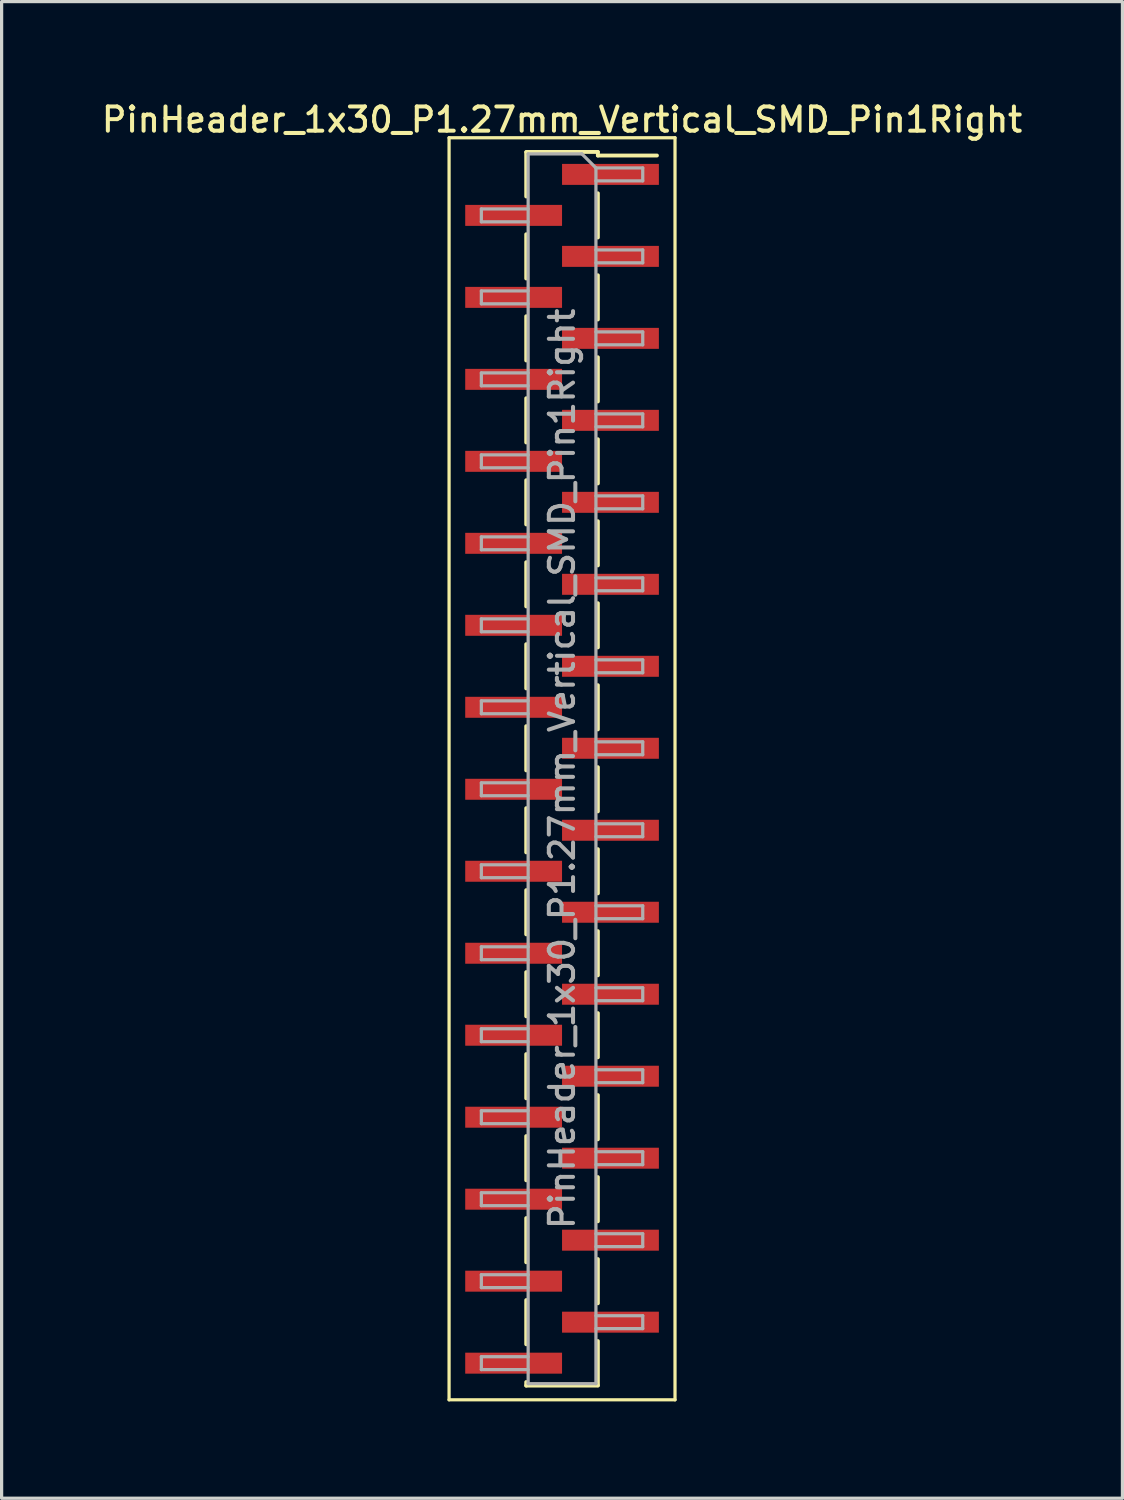
<source format=kicad_pcb>
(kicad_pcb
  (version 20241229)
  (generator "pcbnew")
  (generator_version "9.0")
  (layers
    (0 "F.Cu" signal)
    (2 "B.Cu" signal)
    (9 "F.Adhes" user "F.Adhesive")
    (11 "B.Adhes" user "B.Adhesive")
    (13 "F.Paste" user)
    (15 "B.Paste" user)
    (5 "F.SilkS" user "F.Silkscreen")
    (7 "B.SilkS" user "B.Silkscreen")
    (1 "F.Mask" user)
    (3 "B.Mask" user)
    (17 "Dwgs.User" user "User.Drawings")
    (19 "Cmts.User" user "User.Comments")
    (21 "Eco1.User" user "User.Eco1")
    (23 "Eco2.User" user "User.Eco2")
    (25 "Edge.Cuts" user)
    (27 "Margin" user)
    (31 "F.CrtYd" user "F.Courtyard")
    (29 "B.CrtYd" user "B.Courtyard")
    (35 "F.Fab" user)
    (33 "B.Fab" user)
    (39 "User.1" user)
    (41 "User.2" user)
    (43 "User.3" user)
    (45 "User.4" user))
  (footprint "PinHeader_1x30_P1.27mm_Vertical_SMD_Pin1Right"
    (layer "F.Cu")
    (at 14.363 20.768)
    (property "Reference" "PinHeader_1x30_P1.27mm_Vertical_SMD_Pin1Right" (at 0 -20.11 0) (layer "F.SilkS") (effects (font (size 0.75 0.75) (thickness 0.125))))
    (attr smd)
    (fp_line (start -3.5 -19.55) (end -3.5 19.55) (stroke (width 0.1) (type solid)) (layer "F.SilkS"))
    (fp_line (start -3.5 19.55) (end 3.5 19.55) (stroke (width 0.1) (type solid)) (layer "F.SilkS"))
    (fp_line (start -1.11 -19.11) (end 1.11 -19.11) (stroke (width 0.12) (type solid)) (layer "F.SilkS"))
    (fp_line (start -1.11 -19.1) (end -1.11 -17.73) (stroke (width 0.12) (type solid)) (layer "F.SilkS"))
    (fp_line (start -1.11 -16.56) (end -1.11 -15.19) (stroke (width 0.12) (type solid)) (layer "F.SilkS"))
    (fp_line (start -1.11 -14.02) (end -1.11 -12.65) (stroke (width 0.12) (type solid)) (layer "F.SilkS"))
    (fp_line (start -1.11 -11.48) (end -1.11 -10.11) (stroke (width 0.12) (type solid)) (layer "F.SilkS"))
    (fp_line (start -1.11 -8.94) (end -1.11 -7.57) (stroke (width 0.12) (type solid)) (layer "F.SilkS"))
    (fp_line (start -1.11 -6.4) (end -1.11 -5.03) (stroke (width 0.12) (type solid)) (layer "F.SilkS"))
    (fp_line (start -1.11 -3.86) (end -1.11 -2.49) (stroke (width 0.12) (type solid)) (layer "F.SilkS"))
    (fp_line (start -1.11 -1.32) (end -1.11 0.05) (stroke (width 0.12) (type solid)) (layer "F.SilkS"))
    (fp_line (start -1.11 1.22) (end -1.11 2.59) (stroke (width 0.12) (type solid)) (layer "F.SilkS"))
    (fp_line (start -1.11 3.76) (end -1.11 5.13) (stroke (width 0.12) (type solid)) (layer "F.SilkS"))
    (fp_line (start -1.11 6.3) (end -1.11 7.67) (stroke (width 0.12) (type solid)) (layer "F.SilkS"))
    (fp_line (start -1.11 8.84) (end -1.11 10.21) (stroke (width 0.12) (type solid)) (layer "F.SilkS"))
    (fp_line (start -1.11 11.38) (end -1.11 12.75) (stroke (width 0.12) (type solid)) (layer "F.SilkS"))
    (fp_line (start -1.11 13.92) (end -1.11 15.29) (stroke (width 0.12) (type solid)) (layer "F.SilkS"))
    (fp_line (start -1.11 16.46) (end -1.11 17.83) (stroke (width 0.12) (type solid)) (layer "F.SilkS"))
    (fp_line (start -1.11 19) (end -1.11 19.11) (stroke (width 0.12) (type solid)) (layer "F.SilkS"))
    (fp_line (start -1.11 19.11) (end 1.11 19.11) (stroke (width 0.12) (type solid)) (layer "F.SilkS"))
    (fp_line (start 1.11 -19.11) (end 1.11 -19) (stroke (width 0.12) (type solid)) (layer "F.SilkS"))
    (fp_line (start 1.11 -19) (end 2.94 -19) (stroke (width 0.12) (type solid)) (layer "F.SilkS"))
    (fp_line (start 1.11 -17.83) (end 1.11 -16.46) (stroke (width 0.12) (type solid)) (layer "F.SilkS"))
    (fp_line (start 1.11 -15.29) (end 1.11 -13.92) (stroke (width 0.12) (type solid)) (layer "F.SilkS"))
    (fp_line (start 1.11 -12.75) (end 1.11 -11.38) (stroke (width 0.12) (type solid)) (layer "F.SilkS"))
    (fp_line (start 1.11 -10.21) (end 1.11 -8.84) (stroke (width 0.12) (type solid)) (layer "F.SilkS"))
    (fp_line (start 1.11 -7.67) (end 1.11 -6.3) (stroke (width 0.12) (type solid)) (layer "F.SilkS"))
    (fp_line (start 1.11 -5.13) (end 1.11 -3.76) (stroke (width 0.12) (type solid)) (layer "F.SilkS"))
    (fp_line (start 1.11 -2.59) (end 1.11 -1.22) (stroke (width 0.12) (type solid)) (layer "F.SilkS"))
    (fp_line (start 1.11 -0.05) (end 1.11 1.32) (stroke (width 0.12) (type solid)) (layer "F.SilkS"))
    (fp_line (start 1.11 2.49) (end 1.11 3.86) (stroke (width 0.12) (type solid)) (layer "F.SilkS"))
    (fp_line (start 1.11 5.03) (end 1.11 6.4) (stroke (width 0.12) (type solid)) (layer "F.SilkS"))
    (fp_line (start 1.11 7.57) (end 1.11 8.94) (stroke (width 0.12) (type solid)) (layer "F.SilkS"))
    (fp_line (start 1.11 10.11) (end 1.11 11.48) (stroke (width 0.12) (type solid)) (layer "F.SilkS"))
    (fp_line (start 1.11 12.65) (end 1.11 14.02) (stroke (width 0.12) (type solid)) (layer "F.SilkS"))
    (fp_line (start 1.11 15.19) (end 1.11 16.56) (stroke (width 0.12) (type solid)) (layer "F.SilkS"))
    (fp_line (start 1.11 17.73) (end 1.11 19.1) (stroke (width 0.12) (type solid)) (layer "F.SilkS"))
    (fp_line (start 3.5 -19.55) (end -3.5 -19.55) (stroke (width 0.1) (type solid)) (layer "F.SilkS"))
    (fp_line (start 3.5 19.55) (end 3.5 -19.55) (stroke (width 0.1) (type solid)) (layer "F.SilkS"))
    (fp_line (start -2.5 -17.345) (end -2.5 -16.945) (stroke (width 0.1) (type solid)) (layer "F.Fab"))
    (fp_line (start -2.5 -16.945) (end -1.05 -16.945) (stroke (width 0.1) (type solid)) (layer "F.Fab"))
    (fp_line (start -2.5 -14.805) (end -2.5 -14.405) (stroke (width 0.1) (type solid)) (layer "F.Fab"))
    (fp_line (start -2.5 -14.405) (end -1.05 -14.405) (stroke (width 0.1) (type solid)) (layer "F.Fab"))
    (fp_line (start -2.5 -12.265) (end -2.5 -11.865) (stroke (width 0.1) (type solid)) (layer "F.Fab"))
    (fp_line (start -2.5 -11.865) (end -1.05 -11.865) (stroke (width 0.1) (type solid)) (layer "F.Fab"))
    (fp_line (start -2.5 -9.725) (end -2.5 -9.325) (stroke (width 0.1) (type solid)) (layer "F.Fab"))
    (fp_line (start -2.5 -9.325) (end -1.05 -9.325) (stroke (width 0.1) (type solid)) (layer "F.Fab"))
    (fp_line (start -2.5 -7.185) (end -2.5 -6.785) (stroke (width 0.1) (type solid)) (layer "F.Fab"))
    (fp_line (start -2.5 -6.785) (end -1.05 -6.785) (stroke (width 0.1) (type solid)) (layer "F.Fab"))
    (fp_line (start -2.5 -4.645) (end -2.5 -4.245) (stroke (width 0.1) (type solid)) (layer "F.Fab"))
    (fp_line (start -2.5 -4.245) (end -1.05 -4.245) (stroke (width 0.1) (type solid)) (layer "F.Fab"))
    (fp_line (start -2.5 -2.105) (end -2.5 -1.705) (stroke (width 0.1) (type solid)) (layer "F.Fab"))
    (fp_line (start -2.5 -1.705) (end -1.05 -1.705) (stroke (width 0.1) (type solid)) (layer "F.Fab"))
    (fp_line (start -2.5 0.435) (end -2.5 0.835) (stroke (width 0.1) (type solid)) (layer "F.Fab"))
    (fp_line (start -2.5 0.835) (end -1.05 0.835) (stroke (width 0.1) (type solid)) (layer "F.Fab"))
    (fp_line (start -2.5 2.975) (end -2.5 3.375) (stroke (width 0.1) (type solid)) (layer "F.Fab"))
    (fp_line (start -2.5 3.375) (end -1.05 3.375) (stroke (width 0.1) (type solid)) (layer "F.Fab"))
    (fp_line (start -2.5 5.515) (end -2.5 5.915) (stroke (width 0.1) (type solid)) (layer "F.Fab"))
    (fp_line (start -2.5 5.915) (end -1.05 5.915) (stroke (width 0.1) (type solid)) (layer "F.Fab"))
    (fp_line (start -2.5 8.055) (end -2.5 8.455) (stroke (width 0.1) (type solid)) (layer "F.Fab"))
    (fp_line (start -2.5 8.455) (end -1.05 8.455) (stroke (width 0.1) (type solid)) (layer "F.Fab"))
    (fp_line (start -2.5 10.595) (end -2.5 10.995) (stroke (width 0.1) (type solid)) (layer "F.Fab"))
    (fp_line (start -2.5 10.995) (end -1.05 10.995) (stroke (width 0.1) (type solid)) (layer "F.Fab"))
    (fp_line (start -2.5 13.135) (end -2.5 13.535) (stroke (width 0.1) (type solid)) (layer "F.Fab"))
    (fp_line (start -2.5 13.535) (end -1.05 13.535) (stroke (width 0.1) (type solid)) (layer "F.Fab"))
    (fp_line (start -2.5 15.675) (end -2.5 16.075) (stroke (width 0.1) (type solid)) (layer "F.Fab"))
    (fp_line (start -2.5 16.075) (end -1.05 16.075) (stroke (width 0.1) (type solid)) (layer "F.Fab"))
    (fp_line (start -2.5 18.215) (end -2.5 18.615) (stroke (width 0.1) (type solid)) (layer "F.Fab"))
    (fp_line (start -2.5 18.615) (end -1.05 18.615) (stroke (width 0.1) (type solid)) (layer "F.Fab"))
    (fp_line (start -1.05 -19.05) (end -1.05 19.05) (stroke (width 0.1) (type solid)) (layer "F.Fab"))
    (fp_line (start -1.05 -19.05) (end 0.615 -19.05) (stroke (width 0.1) (type solid)) (layer "F.Fab"))
    (fp_line (start -1.05 -17.345) (end -2.5 -17.345) (stroke (width 0.1) (type solid)) (layer "F.Fab"))
    (fp_line (start -1.05 -14.805) (end -2.5 -14.805) (stroke (width 0.1) (type solid)) (layer "F.Fab"))
    (fp_line (start -1.05 -12.265) (end -2.5 -12.265) (stroke (width 0.1) (type solid)) (layer "F.Fab"))
    (fp_line (start -1.05 -9.725) (end -2.5 -9.725) (stroke (width 0.1) (type solid)) (layer "F.Fab"))
    (fp_line (start -1.05 -7.185) (end -2.5 -7.185) (stroke (width 0.1) (type solid)) (layer "F.Fab"))
    (fp_line (start -1.05 -4.645) (end -2.5 -4.645) (stroke (width 0.1) (type solid)) (layer "F.Fab"))
    (fp_line (start -1.05 -2.105) (end -2.5 -2.105) (stroke (width 0.1) (type solid)) (layer "F.Fab"))
    (fp_line (start -1.05 0.435) (end -2.5 0.435) (stroke (width 0.1) (type solid)) (layer "F.Fab"))
    (fp_line (start -1.05 2.975) (end -2.5 2.975) (stroke (width 0.1) (type solid)) (layer "F.Fab"))
    (fp_line (start -1.05 5.515) (end -2.5 5.515) (stroke (width 0.1) (type solid)) (layer "F.Fab"))
    (fp_line (start -1.05 8.055) (end -2.5 8.055) (stroke (width 0.1) (type solid)) (layer "F.Fab"))
    (fp_line (start -1.05 10.595) (end -2.5 10.595) (stroke (width 0.1) (type solid)) (layer "F.Fab"))
    (fp_line (start -1.05 13.135) (end -2.5 13.135) (stroke (width 0.1) (type solid)) (layer "F.Fab"))
    (fp_line (start -1.05 15.675) (end -2.5 15.675) (stroke (width 0.1) (type solid)) (layer "F.Fab"))
    (fp_line (start -1.05 18.215) (end -2.5 18.215) (stroke (width 0.1) (type solid)) (layer "F.Fab"))
    (fp_line (start 1.05 -18.615) (end 0.615 -19.05) (stroke (width 0.1) (type solid)) (layer "F.Fab"))
    (fp_line (start 1.05 -18.615) (end 2.5 -18.615) (stroke (width 0.1) (type solid)) (layer "F.Fab"))
    (fp_line (start 1.05 -16.075) (end 2.5 -16.075) (stroke (width 0.1) (type solid)) (layer "F.Fab"))
    (fp_line (start 1.05 -13.535) (end 2.5 -13.535) (stroke (width 0.1) (type solid)) (layer "F.Fab"))
    (fp_line (start 1.05 -10.995) (end 2.5 -10.995) (stroke (width 0.1) (type solid)) (layer "F.Fab"))
    (fp_line (start 1.05 -8.455) (end 2.5 -8.455) (stroke (width 0.1) (type solid)) (layer "F.Fab"))
    (fp_line (start 1.05 -5.915) (end 2.5 -5.915) (stroke (width 0.1) (type solid)) (layer "F.Fab"))
    (fp_line (start 1.05 -3.375) (end 2.5 -3.375) (stroke (width 0.1) (type solid)) (layer "F.Fab"))
    (fp_line (start 1.05 -0.835) (end 2.5 -0.835) (stroke (width 0.1) (type solid)) (layer "F.Fab"))
    (fp_line (start 1.05 1.705) (end 2.5 1.705) (stroke (width 0.1) (type solid)) (layer "F.Fab"))
    (fp_line (start 1.05 4.245) (end 2.5 4.245) (stroke (width 0.1) (type solid)) (layer "F.Fab"))
    (fp_line (start 1.05 6.785) (end 2.5 6.785) (stroke (width 0.1) (type solid)) (layer "F.Fab"))
    (fp_line (start 1.05 9.325) (end 2.5 9.325) (stroke (width 0.1) (type solid)) (layer "F.Fab"))
    (fp_line (start 1.05 11.865) (end 2.5 11.865) (stroke (width 0.1) (type solid)) (layer "F.Fab"))
    (fp_line (start 1.05 14.405) (end 2.5 14.405) (stroke (width 0.1) (type solid)) (layer "F.Fab"))
    (fp_line (start 1.05 16.945) (end 2.5 16.945) (stroke (width 0.1) (type solid)) (layer "F.Fab"))
    (fp_line (start 1.05 19.05) (end -1.05 19.05) (stroke (width 0.1) (type solid)) (layer "F.Fab"))
    (fp_line (start 1.05 19.05) (end 1.05 -18.615) (stroke (width 0.1) (type solid)) (layer "F.Fab"))
    (fp_line (start 2.5 -18.615) (end 2.5 -18.215) (stroke (width 0.1) (type solid)) (layer "F.Fab"))
    (fp_line (start 2.5 -18.215) (end 1.05 -18.215) (stroke (width 0.1) (type solid)) (layer "F.Fab"))
    (fp_line (start 2.5 -16.075) (end 2.5 -15.675) (stroke (width 0.1) (type solid)) (layer "F.Fab"))
    (fp_line (start 2.5 -15.675) (end 1.05 -15.675) (stroke (width 0.1) (type solid)) (layer "F.Fab"))
    (fp_line (start 2.5 -13.535) (end 2.5 -13.135) (stroke (width 0.1) (type solid)) (layer "F.Fab"))
    (fp_line (start 2.5 -13.135) (end 1.05 -13.135) (stroke (width 0.1) (type solid)) (layer "F.Fab"))
    (fp_line (start 2.5 -10.995) (end 2.5 -10.595) (stroke (width 0.1) (type solid)) (layer "F.Fab"))
    (fp_line (start 2.5 -10.595) (end 1.05 -10.595) (stroke (width 0.1) (type solid)) (layer "F.Fab"))
    (fp_line (start 2.5 -8.455) (end 2.5 -8.055) (stroke (width 0.1) (type solid)) (layer "F.Fab"))
    (fp_line (start 2.5 -8.055) (end 1.05 -8.055) (stroke (width 0.1) (type solid)) (layer "F.Fab"))
    (fp_line (start 2.5 -5.915) (end 2.5 -5.515) (stroke (width 0.1) (type solid)) (layer "F.Fab"))
    (fp_line (start 2.5 -5.515) (end 1.05 -5.515) (stroke (width 0.1) (type solid)) (layer "F.Fab"))
    (fp_line (start 2.5 -3.375) (end 2.5 -2.975) (stroke (width 0.1) (type solid)) (layer "F.Fab"))
    (fp_line (start 2.5 -2.975) (end 1.05 -2.975) (stroke (width 0.1) (type solid)) (layer "F.Fab"))
    (fp_line (start 2.5 -0.835) (end 2.5 -0.435) (stroke (width 0.1) (type solid)) (layer "F.Fab"))
    (fp_line (start 2.5 -0.435) (end 1.05 -0.435) (stroke (width 0.1) (type solid)) (layer "F.Fab"))
    (fp_line (start 2.5 1.705) (end 2.5 2.105) (stroke (width 0.1) (type solid)) (layer "F.Fab"))
    (fp_line (start 2.5 2.105) (end 1.05 2.105) (stroke (width 0.1) (type solid)) (layer "F.Fab"))
    (fp_line (start 2.5 4.245) (end 2.5 4.645) (stroke (width 0.1) (type solid)) (layer "F.Fab"))
    (fp_line (start 2.5 4.645) (end 1.05 4.645) (stroke (width 0.1) (type solid)) (layer "F.Fab"))
    (fp_line (start 2.5 6.785) (end 2.5 7.185) (stroke (width 0.1) (type solid)) (layer "F.Fab"))
    (fp_line (start 2.5 7.185) (end 1.05 7.185) (stroke (width 0.1) (type solid)) (layer "F.Fab"))
    (fp_line (start 2.5 9.325) (end 2.5 9.725) (stroke (width 0.1) (type solid)) (layer "F.Fab"))
    (fp_line (start 2.5 9.725) (end 1.05 9.725) (stroke (width 0.1) (type solid)) (layer "F.Fab"))
    (fp_line (start 2.5 11.865) (end 2.5 12.265) (stroke (width 0.1) (type solid)) (layer "F.Fab"))
    (fp_line (start 2.5 12.265) (end 1.05 12.265) (stroke (width 0.1) (type solid)) (layer "F.Fab"))
    (fp_line (start 2.5 14.405) (end 2.5 14.805) (stroke (width 0.1) (type solid)) (layer "F.Fab"))
    (fp_line (start 2.5 14.805) (end 1.05 14.805) (stroke (width 0.1) (type solid)) (layer "F.Fab"))
    (fp_line (start 2.5 16.945) (end 2.5 17.345) (stroke (width 0.1) (type solid)) (layer "F.Fab"))
    (fp_line (start 2.5 17.345) (end 1.05 17.345) (stroke (width 0.1) (type solid)) (layer "F.Fab"))
    (fp_text user "${REFERENCE}" (at 0 0 90) (layer "F.Fab") (effects (font (size 0.75 0.75) (thickness 0.125))))
    (pad "1" smd rect (at 1.5 -18.415) (size 3 0.65) (layers "F.Cu" "F.Mask" "F.Paste"))
    (pad "2" smd rect (at -1.5 -17.145) (size 3 0.65) (layers "F.Cu" "F.Mask" "F.Paste"))
    (pad "3" smd rect (at 1.5 -15.875) (size 3 0.65) (layers "F.Cu" "F.Mask" "F.Paste"))
    (pad "4" smd rect (at -1.5 -14.605) (size 3 0.65) (layers "F.Cu" "F.Mask" "F.Paste"))
    (pad "5" smd rect (at 1.5 -13.335) (size 3 0.65) (layers "F.Cu" "F.Mask" "F.Paste"))
    (pad "6" smd rect (at -1.5 -12.065) (size 3 0.65) (layers "F.Cu" "F.Mask" "F.Paste"))
    (pad "7" smd rect (at 1.5 -10.795) (size 3 0.65) (layers "F.Cu" "F.Mask" "F.Paste"))
    (pad "8" smd rect (at -1.5 -9.525) (size 3 0.65) (layers "F.Cu" "F.Mask" "F.Paste"))
    (pad "9" smd rect (at 1.5 -8.255) (size 3 0.65) (layers "F.Cu" "F.Mask" "F.Paste"))
    (pad "10" smd rect (at -1.5 -6.985) (size 3 0.65) (layers "F.Cu" "F.Mask" "F.Paste"))
    (pad "11" smd rect (at 1.5 -5.715) (size 3 0.65) (layers "F.Cu" "F.Mask" "F.Paste"))
    (pad "12" smd rect (at -1.5 -4.445) (size 3 0.65) (layers "F.Cu" "F.Mask" "F.Paste"))
    (pad "13" smd rect (at 1.5 -3.175) (size 3 0.65) (layers "F.Cu" "F.Mask" "F.Paste"))
    (pad "14" smd rect (at -1.5 -1.905) (size 3 0.65) (layers "F.Cu" "F.Mask" "F.Paste"))
    (pad "15" smd rect (at 1.5 -0.635) (size 3 0.65) (layers "F.Cu" "F.Mask" "F.Paste"))
    (pad "16" smd rect (at -1.5 0.635) (size 3 0.65) (layers "F.Cu" "F.Mask" "F.Paste"))
    (pad "17" smd rect (at 1.5 1.905) (size 3 0.65) (layers "F.Cu" "F.Mask" "F.Paste"))
    (pad "18" smd rect (at -1.5 3.175) (size 3 0.65) (layers "F.Cu" "F.Mask" "F.Paste"))
    (pad "19" smd rect (at 1.5 4.445) (size 3 0.65) (layers "F.Cu" "F.Mask" "F.Paste"))
    (pad "20" smd rect (at -1.5 5.715) (size 3 0.65) (layers "F.Cu" "F.Mask" "F.Paste"))
    (pad "21" smd rect (at 1.5 6.985) (size 3 0.65) (layers "F.Cu" "F.Mask" "F.Paste"))
    (pad "22" smd rect (at -1.5 8.255) (size 3 0.65) (layers "F.Cu" "F.Mask" "F.Paste"))
    (pad "23" smd rect (at 1.5 9.525) (size 3 0.65) (layers "F.Cu" "F.Mask" "F.Paste"))
    (pad "24" smd rect (at -1.5 10.795) (size 3 0.65) (layers "F.Cu" "F.Mask" "F.Paste"))
    (pad "25" smd rect (at 1.5 12.065) (size 3 0.65) (layers "F.Cu" "F.Mask" "F.Paste"))
    (pad "26" smd rect (at -1.5 13.335) (size 3 0.65) (layers "F.Cu" "F.Mask" "F.Paste"))
    (pad "27" smd rect (at 1.5 14.605) (size 3 0.65) (layers "F.Cu" "F.Mask" "F.Paste"))
    (pad "28" smd rect (at -1.5 15.875) (size 3 0.65) (layers "F.Cu" "F.Mask" "F.Paste"))
    (pad "29" smd rect (at 1.5 17.145) (size 3 0.65) (layers "F.Cu" "F.Mask" "F.Paste"))
    (pad "30" smd rect (at -1.5 18.415) (size 3 0.65) (layers "F.Cu" "F.Mask" "F.Paste")))
  (gr_rect
    (start -3 -3)
    (end 31.725 43.368)
    (stroke (width 0.1) (type default))
    (fill no)
    (layer "Edge.Cuts")))
</source>
